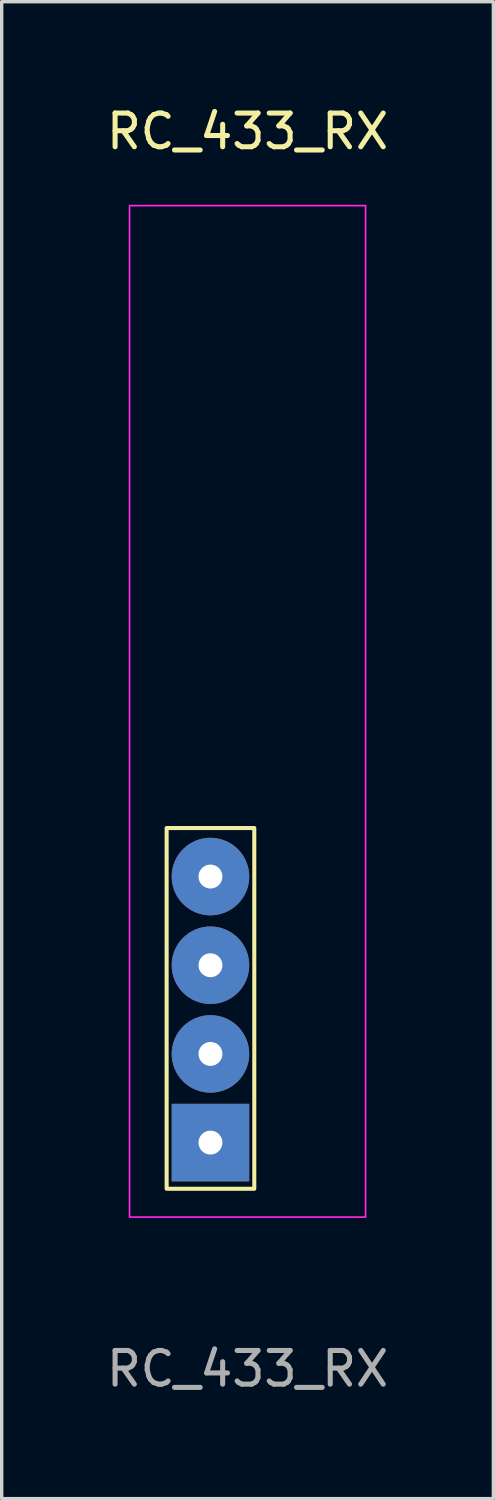
<source format=kicad_pcb>
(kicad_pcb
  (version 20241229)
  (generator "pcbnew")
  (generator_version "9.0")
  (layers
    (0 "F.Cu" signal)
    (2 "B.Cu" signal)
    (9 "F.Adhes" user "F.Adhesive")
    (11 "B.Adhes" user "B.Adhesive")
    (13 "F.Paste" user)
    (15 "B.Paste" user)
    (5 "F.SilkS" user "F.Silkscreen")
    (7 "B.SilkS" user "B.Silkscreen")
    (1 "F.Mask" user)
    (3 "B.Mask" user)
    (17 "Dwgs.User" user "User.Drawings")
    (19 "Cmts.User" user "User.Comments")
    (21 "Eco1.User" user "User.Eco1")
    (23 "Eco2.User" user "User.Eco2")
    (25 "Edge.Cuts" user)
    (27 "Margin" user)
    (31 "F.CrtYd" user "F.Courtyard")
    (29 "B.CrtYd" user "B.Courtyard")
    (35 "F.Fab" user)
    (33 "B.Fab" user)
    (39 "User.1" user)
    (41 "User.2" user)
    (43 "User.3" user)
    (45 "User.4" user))
  (footprint "RC_433_RX"
    (layer "F.Cu")
    (at 4.292 18.248)
    (property "Reference" "RC_433_RX" (at 0 -17.4 0) (unlocked yes) (layer "F.SilkS") (effects (font (size 1 1) (thickness 0.15))))
    (attr smd)
    (fp_rect (start -2.4 3.26) (end 0.2 13.96) (stroke (width 0.12) (type solid)) (fill no) (layer "F.SilkS"))
    (fp_rect (start -3.5 -15.2) (end 3.5 14.8) (stroke (width 0.05) (type solid)) (fill no) (layer "F.CrtYd"))
    (fp_text user "${REFERENCE}" (at 0 19.3 0) (unlocked yes) (layer "F.Fab") (effects (font (size 1 1) (thickness 0.15))))
    (pad "1" thru_hole circle (at -1.1 4.7) (size 2.3 2.3) (drill 0.71) (layers "*.Cu" "*.Mask"))
    (pad "2" thru_hole circle (at -1.1 7.33) (size 2.3 2.3) (drill 0.71) (layers "*.Cu" "*.Mask"))
    (pad "3" thru_hole circle (at -1.1 9.96) (size 2.3 2.3) (drill 0.71) (layers "*.Cu" "*.Mask"))
    (pad "4" thru_hole rect (at -1.1 12.59) (size 2.3 2.3) (drill 0.71) (layers "*.Cu" "*.Mask")))
  (gr_rect
    (start -3 -3)
    (end 11.583 41.397)
    (stroke (width 0.1) (type default))
    (fill no)
    (layer "Edge.Cuts")))
</source>
